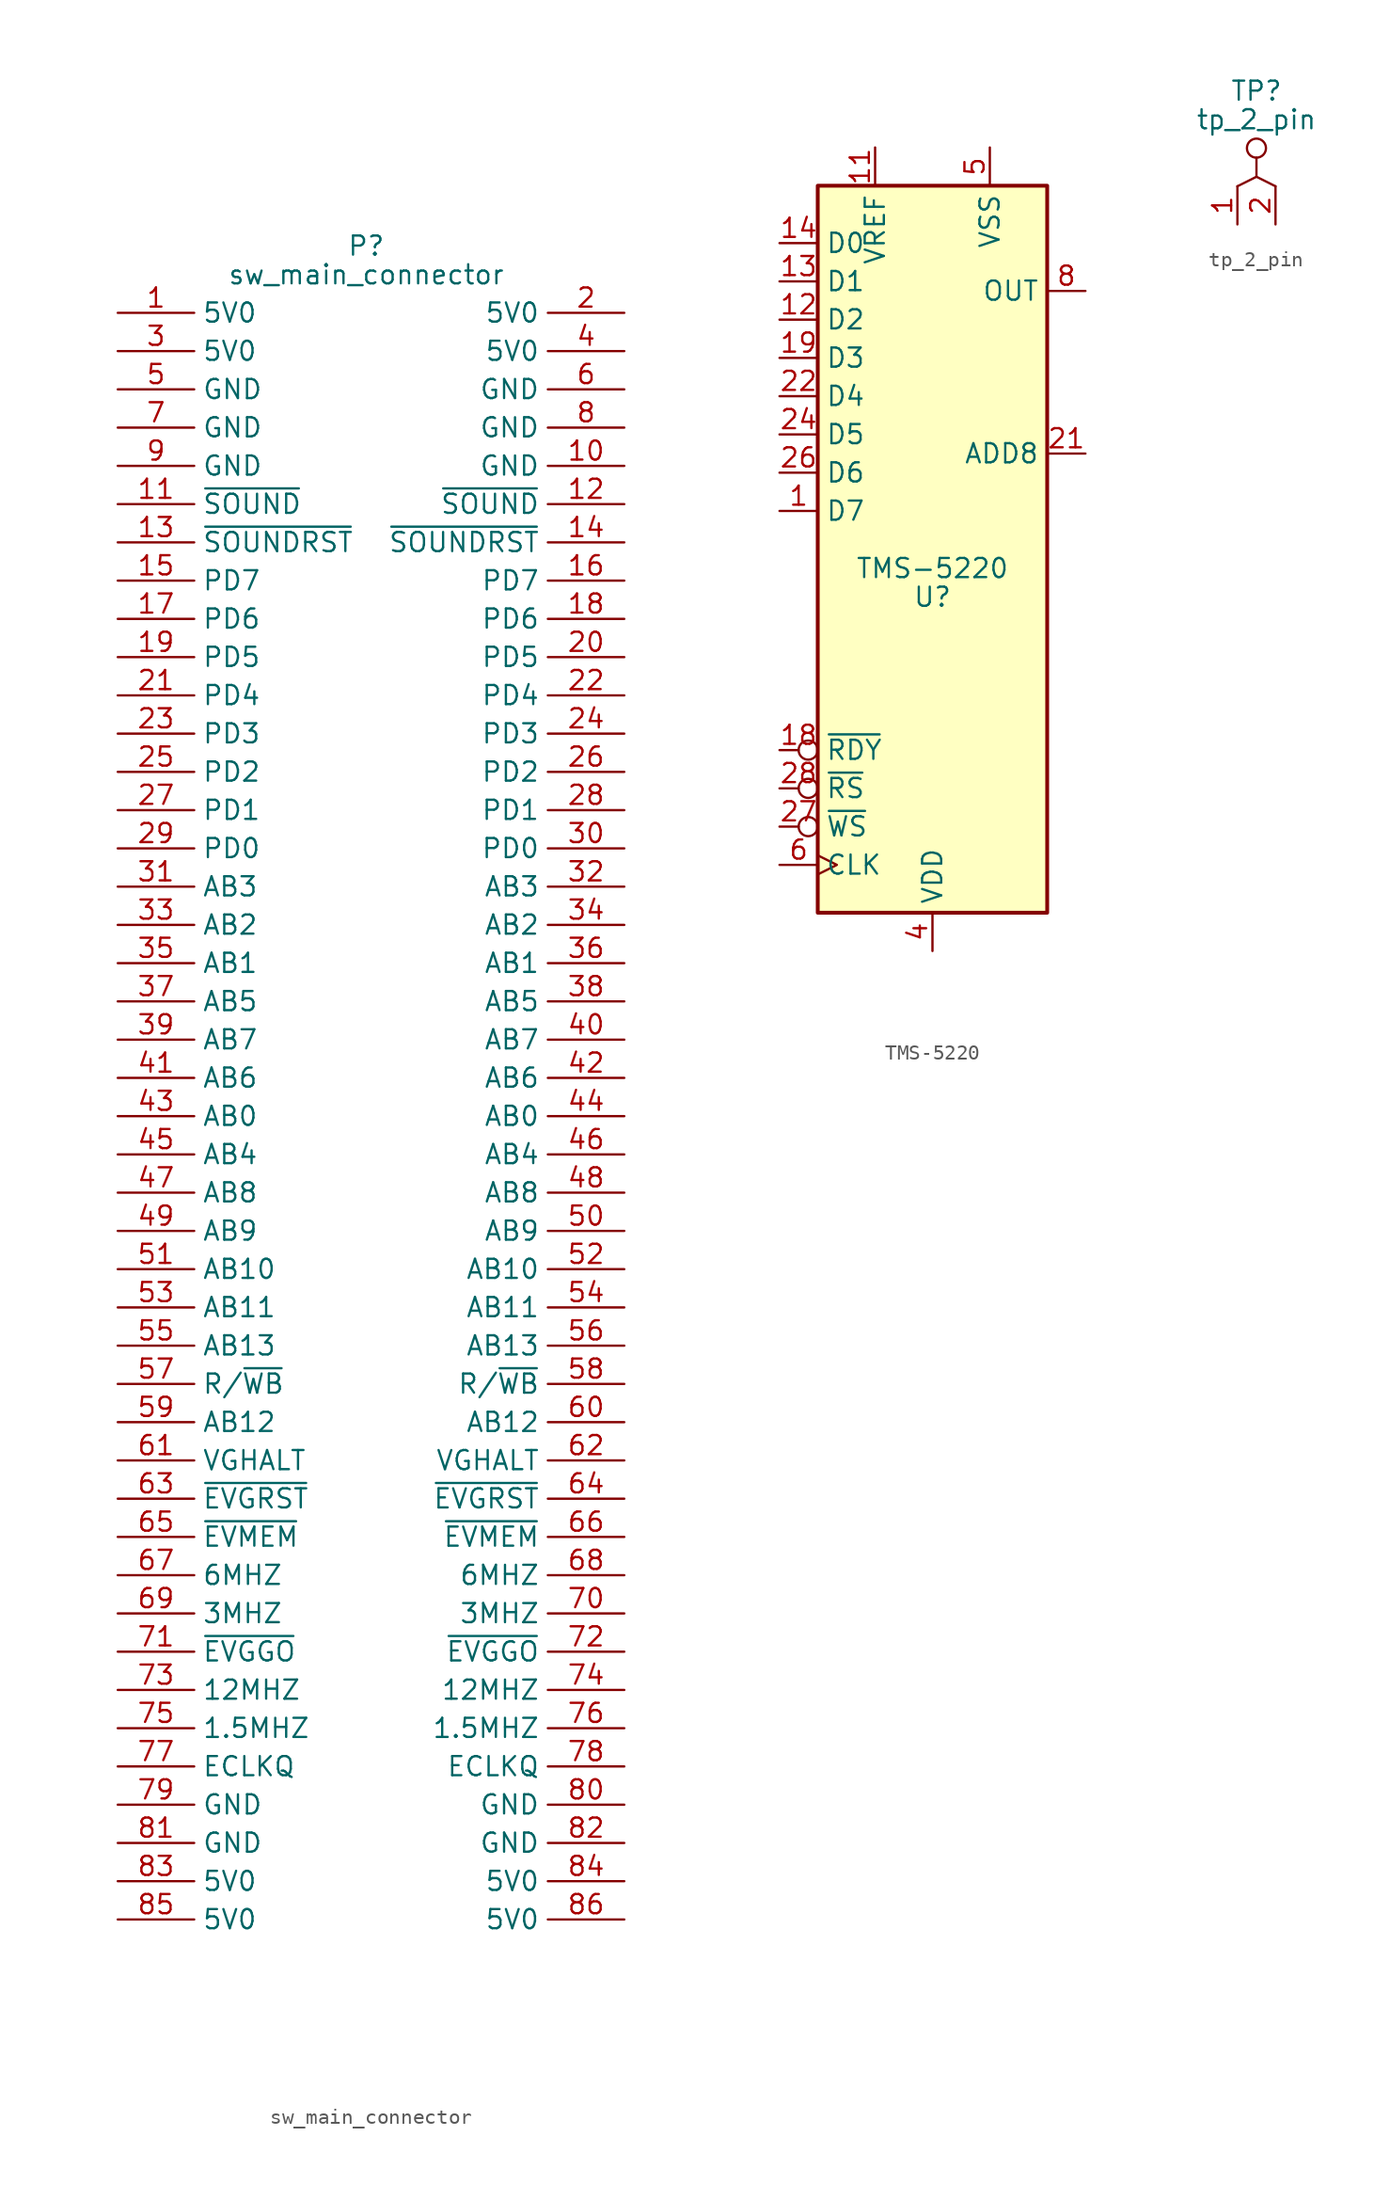
<source format=kicad_sym>
(kicad_symbol_lib
  (version 20211014)
  (generator kicad_symbol_editor)
  (symbol "sw_main_connector"
    (property "Reference" "P"
      (at 0 56.515 0)
      (effects (font (size 1.27 1.27))))
    (property "Value" "sw_main_connector"
      (at 0 54.61 0)
      (effects (font (size 1.27 1.27))))
    (symbol "sw_main_connector_1_1"
      (pin power_in line (at -16.51 52.07 0) (length 5.08) (name "5V0" (effects (font (size 1.27 1.27)))) (number "1" (effects (font (size 1.27 1.27)))))
      (pin power_in line (at 17.145 41.91 180) (length 5.08) (name "GND" (effects (font (size 1.27 1.27)))) (number "10" (effects (font (size 1.27 1.27)))))
      (pin bidirectional line (at -16.51 39.37 0) (length 5.08) (name "~{SOUND}" (effects (font (size 1.27 1.27)))) (number "11" (effects (font (size 1.27 1.27)))))
      (pin bidirectional line (at 17.145 39.37 180) (length 5.08) (name "~{SOUND}" (effects (font (size 1.27 1.27)))) (number "12" (effects (font (size 1.27 1.27)))))
      (pin bidirectional line (at -16.51 36.83 0) (length 5.08) (name "~{SOUNDRST}" (effects (font (size 1.27 1.27)))) (number "13" (effects (font (size 1.27 1.27)))))
      (pin bidirectional line (at 17.145 36.83 180) (length 5.08) (name "~{SOUNDRST}" (effects (font (size 1.27 1.27)))) (number "14" (effects (font (size 1.27 1.27)))))
      (pin bidirectional line (at -16.51 34.29 0) (length 5.08) (name "PD7" (effects (font (size 1.27 1.27)))) (number "15" (effects (font (size 1.27 1.27)))))
      (pin bidirectional line (at 17.145 34.29 180) (length 5.08) (name "PD7" (effects (font (size 1.27 1.27)))) (number "16" (effects (font (size 1.27 1.27)))))
      (pin bidirectional line (at -16.51 31.75 0) (length 5.08) (name "PD6" (effects (font (size 1.27 1.27)))) (number "17" (effects (font (size 1.27 1.27)))))
      (pin bidirectional line (at 17.145 31.75 180) (length 5.08) (name "PD6" (effects (font (size 1.27 1.27)))) (number "18" (effects (font (size 1.27 1.27)))))
      (pin bidirectional line (at -16.51 29.21 0) (length 5.08) (name "PD5" (effects (font (size 1.27 1.27)))) (number "19" (effects (font (size 1.27 1.27)))))
      (pin power_in line (at 17.145 52.07 180) (length 5.08) (name "5V0" (effects (font (size 1.27 1.27)))) (number "2" (effects (font (size 1.27 1.27)))))
      (pin bidirectional line (at 17.145 29.21 180) (length 5.08) (name "PD5" (effects (font (size 1.27 1.27)))) (number "20" (effects (font (size 1.27 1.27)))))
      (pin bidirectional line (at -16.51 26.67 0) (length 5.08) (name "PD4" (effects (font (size 1.27 1.27)))) (number "21" (effects (font (size 1.27 1.27)))))
      (pin bidirectional line (at 17.145 26.67 180) (length 5.08) (name "PD4" (effects (font (size 1.27 1.27)))) (number "22" (effects (font (size 1.27 1.27)))))
      (pin bidirectional line (at -16.51 24.13 0) (length 5.08) (name "PD3" (effects (font (size 1.27 1.27)))) (number "23" (effects (font (size 1.27 1.27)))))
      (pin bidirectional line (at 17.145 24.13 180) (length 5.08) (name "PD3" (effects (font (size 1.27 1.27)))) (number "24" (effects (font (size 1.27 1.27)))))
      (pin bidirectional line (at -16.51 21.59 0) (length 5.08) (name "PD2" (effects (font (size 1.27 1.27)))) (number "25" (effects (font (size 1.27 1.27)))))
      (pin bidirectional line (at 17.145 21.59 180) (length 5.08) (name "PD2" (effects (font (size 1.27 1.27)))) (number "26" (effects (font (size 1.27 1.27)))))
      (pin bidirectional line (at -16.51 19.05 0) (length 5.08) (name "PD1" (effects (font (size 1.27 1.27)))) (number "27" (effects (font (size 1.27 1.27)))))
      (pin bidirectional line (at 17.145 19.05 180) (length 5.08) (name "PD1" (effects (font (size 1.27 1.27)))) (number "28" (effects (font (size 1.27 1.27)))))
      (pin bidirectional line (at -16.51 16.51 0) (length 5.08) (name "PD0" (effects (font (size 1.27 1.27)))) (number "29" (effects (font (size 1.27 1.27)))))
      (pin power_in line (at -16.51 49.53 0) (length 5.08) (name "5V0" (effects (font (size 1.27 1.27)))) (number "3" (effects (font (size 1.27 1.27)))))
      (pin bidirectional line (at 17.145 16.51 180) (length 5.08) (name "PD0" (effects (font (size 1.27 1.27)))) (number "30" (effects (font (size 1.27 1.27)))))
      (pin bidirectional line (at -16.51 13.97 0) (length 5.08) (name "AB3" (effects (font (size 1.27 1.27)))) (number "31" (effects (font (size 1.27 1.27)))))
      (pin bidirectional line (at 17.145 13.97 180) (length 5.08) (name "AB3" (effects (font (size 1.27 1.27)))) (number "32" (effects (font (size 1.27 1.27)))))
      (pin bidirectional line (at -16.51 11.43 0) (length 5.08) (name "AB2" (effects (font (size 1.27 1.27)))) (number "33" (effects (font (size 1.27 1.27)))))
      (pin bidirectional line (at 17.145 11.43 180) (length 5.08) (name "AB2" (effects (font (size 1.27 1.27)))) (number "34" (effects (font (size 1.27 1.27)))))
      (pin bidirectional line (at -16.51 8.89 0) (length 5.08) (name "AB1" (effects (font (size 1.27 1.27)))) (number "35" (effects (font (size 1.27 1.27)))))
      (pin bidirectional line (at 17.145 8.89 180) (length 5.08) (name "AB1" (effects (font (size 1.27 1.27)))) (number "36" (effects (font (size 1.27 1.27)))))
      (pin bidirectional line (at -16.51 6.35 0) (length 5.08) (name "AB5" (effects (font (size 1.27 1.27)))) (number "37" (effects (font (size 1.27 1.27)))))
      (pin bidirectional line (at 17.145 6.35 180) (length 5.08) (name "AB5" (effects (font (size 1.27 1.27)))) (number "38" (effects (font (size 1.27 1.27)))))
      (pin bidirectional line (at -16.51 3.81 0) (length 5.08) (name "AB7" (effects (font (size 1.27 1.27)))) (number "39" (effects (font (size 1.27 1.27)))))
      (pin power_in line (at 17.145 49.53 180) (length 5.08) (name "5V0" (effects (font (size 1.27 1.27)))) (number "4" (effects (font (size 1.27 1.27)))))
      (pin bidirectional line (at 17.145 3.81 180) (length 5.08) (name "AB7" (effects (font (size 1.27 1.27)))) (number "40" (effects (font (size 1.27 1.27)))))
      (pin bidirectional line (at -16.51 1.27 0) (length 5.08) (name "AB6" (effects (font (size 1.27 1.27)))) (number "41" (effects (font (size 1.27 1.27)))))
      (pin bidirectional line (at 17.145 1.27 180) (length 5.08) (name "AB6" (effects (font (size 1.27 1.27)))) (number "42" (effects (font (size 1.27 1.27)))))
      (pin bidirectional line (at -16.51 -1.27 0) (length 5.08) (name "AB0" (effects (font (size 1.27 1.27)))) (number "43" (effects (font (size 1.27 1.27)))))
      (pin bidirectional line (at 17.145 -1.27 180) (length 5.08) (name "AB0" (effects (font (size 1.27 1.27)))) (number "44" (effects (font (size 1.27 1.27)))))
      (pin bidirectional line (at -16.51 -3.81 0) (length 5.08) (name "AB4" (effects (font (size 1.27 1.27)))) (number "45" (effects (font (size 1.27 1.27)))))
      (pin bidirectional line (at 17.145 -3.81 180) (length 5.08) (name "AB4" (effects (font (size 1.27 1.27)))) (number "46" (effects (font (size 1.27 1.27)))))
      (pin bidirectional line (at -16.51 -6.35 0) (length 5.08) (name "AB8" (effects (font (size 1.27 1.27)))) (number "47" (effects (font (size 1.27 1.27)))))
      (pin bidirectional line (at 17.145 -6.35 180) (length 5.08) (name "AB8" (effects (font (size 1.27 1.27)))) (number "48" (effects (font (size 1.27 1.27)))))
      (pin bidirectional line (at -16.51 -8.89 0) (length 5.08) (name "AB9" (effects (font (size 1.27 1.27)))) (number "49" (effects (font (size 1.27 1.27)))))
      (pin power_in line (at -16.51 46.99 0) (length 5.08) (name "GND" (effects (font (size 1.27 1.27)))) (number "5" (effects (font (size 1.27 1.27)))))
      (pin bidirectional line (at 17.145 -8.89 180) (length 5.08) (name "AB9" (effects (font (size 1.27 1.27)))) (number "50" (effects (font (size 1.27 1.27)))))
      (pin bidirectional line (at -16.51 -11.43 0) (length 5.08) (name "AB10" (effects (font (size 1.27 1.27)))) (number "51" (effects (font (size 1.27 1.27)))))
      (pin bidirectional line (at 17.145 -11.43 180) (length 5.08) (name "AB10" (effects (font (size 1.27 1.27)))) (number "52" (effects (font (size 1.27 1.27)))))
      (pin bidirectional line (at -16.51 -13.97 0) (length 5.08) (name "AB11" (effects (font (size 1.27 1.27)))) (number "53" (effects (font (size 1.27 1.27)))))
      (pin bidirectional line (at 17.145 -13.97 180) (length 5.08) (name "AB11" (effects (font (size 1.27 1.27)))) (number "54" (effects (font (size 1.27 1.27)))))
      (pin bidirectional line (at -16.51 -16.51 0) (length 5.08) (name "AB13" (effects (font (size 1.27 1.27)))) (number "55" (effects (font (size 1.27 1.27)))))
      (pin bidirectional line (at 17.145 -16.51 180) (length 5.08) (name "AB13" (effects (font (size 1.27 1.27)))) (number "56" (effects (font (size 1.27 1.27)))))
      (pin bidirectional line (at -16.51 -19.05 0) (length 5.08) (name "R/~{WB}" (effects (font (size 1.27 1.27)))) (number "57" (effects (font (size 1.27 1.27)))))
      (pin bidirectional line (at 17.145 -19.05 180) (length 5.08) (name "R/~{WB}" (effects (font (size 1.27 1.27)))) (number "58" (effects (font (size 1.27 1.27)))))
      (pin bidirectional line (at -16.51 -21.59 0) (length 5.08) (name "AB12" (effects (font (size 1.27 1.27)))) (number "59" (effects (font (size 1.27 1.27)))))
      (pin power_in line (at 17.145 46.99 180) (length 5.08) (name "GND" (effects (font (size 1.27 1.27)))) (number "6" (effects (font (size 1.27 1.27)))))
      (pin bidirectional line (at 17.145 -21.59 180) (length 5.08) (name "AB12" (effects (font (size 1.27 1.27)))) (number "60" (effects (font (size 1.27 1.27)))))
      (pin bidirectional line (at -16.51 -24.13 0) (length 5.08) (name "VGHALT" (effects (font (size 1.27 1.27)))) (number "61" (effects (font (size 1.27 1.27)))))
      (pin bidirectional line (at 17.145 -24.13 180) (length 5.08) (name "VGHALT" (effects (font (size 1.27 1.27)))) (number "62" (effects (font (size 1.27 1.27)))))
      (pin bidirectional line (at -16.51 -26.67 0) (length 5.08) (name "~{EVGRST}" (effects (font (size 1.27 1.27)))) (number "63" (effects (font (size 1.27 1.27)))))
      (pin bidirectional line (at 17.145 -26.67 180) (length 5.08) (name "~{EVGRST}" (effects (font (size 1.27 1.27)))) (number "64" (effects (font (size 1.27 1.27)))))
      (pin bidirectional line (at -16.51 -29.21 0) (length 5.08) (name "~{EVMEM}" (effects (font (size 1.27 1.27)))) (number "65" (effects (font (size 1.27 1.27)))))
      (pin bidirectional line (at 17.145 -29.21 180) (length 5.08) (name "~{EVMEM}" (effects (font (size 1.27 1.27)))) (number "66" (effects (font (size 1.27 1.27)))))
      (pin bidirectional line (at -16.51 -31.75 0) (length 5.08) (name "6MHZ" (effects (font (size 1.27 1.27)))) (number "67" (effects (font (size 1.27 1.27)))))
      (pin bidirectional line (at 17.145 -31.75 180) (length 5.08) (name "6MHZ" (effects (font (size 1.27 1.27)))) (number "68" (effects (font (size 1.27 1.27)))))
      (pin bidirectional line (at -16.51 -34.29 0) (length 5.08) (name "3MHZ" (effects (font (size 1.27 1.27)))) (number "69" (effects (font (size 1.27 1.27)))))
      (pin power_in line (at -16.51 44.45 0) (length 5.08) (name "GND" (effects (font (size 1.27 1.27)))) (number "7" (effects (font (size 1.27 1.27)))))
      (pin bidirectional line (at 17.145 -34.29 180) (length 5.08) (name "3MHZ" (effects (font (size 1.27 1.27)))) (number "70" (effects (font (size 1.27 1.27)))))
      (pin bidirectional line (at -16.51 -36.83 0) (length 5.08) (name "~{EVGGO}" (effects (font (size 1.27 1.27)))) (number "71" (effects (font (size 1.27 1.27)))))
      (pin bidirectional line (at 17.145 -36.83 180) (length 5.08) (name "~{EVGGO}" (effects (font (size 1.27 1.27)))) (number "72" (effects (font (size 1.27 1.27)))))
      (pin bidirectional line (at -16.51 -39.37 0) (length 5.08) (name "12MHZ" (effects (font (size 1.27 1.27)))) (number "73" (effects (font (size 1.27 1.27)))))
      (pin bidirectional line (at 17.145 -39.37 180) (length 5.08) (name "12MHZ" (effects (font (size 1.27 1.27)))) (number "74" (effects (font (size 1.27 1.27)))))
      (pin bidirectional line (at -16.51 -41.91 0) (length 5.08) (name "1.5MHZ" (effects (font (size 1.27 1.27)))) (number "75" (effects (font (size 1.27 1.27)))))
      (pin bidirectional line (at 17.145 -41.91 180) (length 5.08) (name "1.5MHZ" (effects (font (size 1.27 1.27)))) (number "76" (effects (font (size 1.27 1.27)))))
      (pin bidirectional line (at -16.51 -44.45 0) (length 5.08) (name "ECLKQ" (effects (font (size 1.27 1.27)))) (number "77" (effects (font (size 1.27 1.27)))))
      (pin bidirectional line (at 17.145 -44.45 180) (length 5.08) (name "ECLKQ" (effects (font (size 1.27 1.27)))) (number "78" (effects (font (size 1.27 1.27)))))
      (pin power_in line (at -16.51 -46.99 0) (length 5.08) (name "GND" (effects (font (size 1.27 1.27)))) (number "79" (effects (font (size 1.27 1.27)))))
      (pin power_in line (at 17.145 44.45 180) (length 5.08) (name "GND" (effects (font (size 1.27 1.27)))) (number "8" (effects (font (size 1.27 1.27)))))
      (pin power_in line (at 17.145 -46.99 180) (length 5.08) (name "GND" (effects (font (size 1.27 1.27)))) (number "80" (effects (font (size 1.27 1.27)))))
      (pin power_in line (at -16.51 -49.53 0) (length 5.08) (name "GND" (effects (font (size 1.27 1.27)))) (number "81" (effects (font (size 1.27 1.27)))))
      (pin power_in line (at 17.145 -49.53 180) (length 5.08) (name "GND" (effects (font (size 1.27 1.27)))) (number "82" (effects (font (size 1.27 1.27)))))
      (pin power_in line (at -16.51 -52.07 0) (length 5.08) (name "5V0" (effects (font (size 1.27 1.27)))) (number "83" (effects (font (size 1.27 1.27)))))
      (pin power_in line (at 17.145 -52.07 180) (length 5.08) (name "5V0" (effects (font (size 1.27 1.27)))) (number "84" (effects (font (size 1.27 1.27)))))
      (pin power_in line (at -16.51 -54.61 0) (length 5.08) (name "5V0" (effects (font (size 1.27 1.27)))) (number "85" (effects (font (size 1.27 1.27)))))
      (pin power_in line (at 17.145 -54.61 180) (length 5.08) (name "5V0" (effects (font (size 1.27 1.27)))) (number "86" (effects (font (size 1.27 1.27)))))
      (pin power_in line (at -16.51 41.91 0) (length 5.08) (name "GND" (effects (font (size 1.27 1.27)))) (number "9" (effects (font (size 1.27 1.27)))))))
  (symbol "TMS-5220"
    (property "Reference" "U"
      (at 0 -4.445 0)
      (effects (font (size 1.27 1.27))))
    (property "Value" "TMS-5220"
      (at 0 -2.54 0)
      (effects (font (size 1.27 1.27))))
    (symbol "TMS-5220_1_1"
      (rectangle (start -7.62 22.86) (end 7.62 -25.4) (stroke (width 0.254) (type default) (color 0 0 0 0)) (fill (type background)))
      (pin input line (at -10.16 1.27 0) (length 2.54) (name "D7" (effects (font (size 1.27 1.27)))) (number "1" (effects (font (size 1.27 1.27)))))
      (pin no_connect line (at 10.16 -7.62 180) (length 2.54) hide (name "PROM_OUT" (effects (font (size 1.27 1.27)))) (number "10" (effects (font (size 1.27 1.27)))))
      (pin power_in line (at -3.81 25.4 270) (length 2.54) (name "VREF" (effects (font (size 1.27 1.27)))) (number "11" (effects (font (size 1.27 1.27)))))
      (pin input line (at -10.16 13.97 0) (length 2.54) (name "D2" (effects (font (size 1.27 1.27)))) (number "12" (effects (font (size 1.27 1.27)))))
      (pin input line (at -10.16 16.51 0) (length 2.54) (name "D1" (effects (font (size 1.27 1.27)))) (number "13" (effects (font (size 1.27 1.27)))))
      (pin input line (at -10.16 19.05 0) (length 2.54) (name "D0" (effects (font (size 1.27 1.27)))) (number "14" (effects (font (size 1.27 1.27)))))
      (pin no_connect line (at 10.16 -10.16 180) (length 2.54) hide (name "M0" (effects (font (size 1.27 1.27)))) (number "15" (effects (font (size 1.27 1.27)))))
      (pin no_connect line (at 10.16 -12.7 180) (length 2.54) hide (name "M1" (effects (font (size 1.27 1.27)))) (number "16" (effects (font (size 1.27 1.27)))))
      (pin no_connect line (at 10.16 -15.24 180) (length 2.54) hide (name "~{INT}" (effects (font (size 1.27 1.27)))) (number "17" (effects (font (size 1.27 1.27)))))
      (pin input inverted (at -10.16 -14.605 0) (length 2.54) (name "~{RDY}" (effects (font (size 1.27 1.27)))) (number "18" (effects (font (size 1.27 1.27)))))
      (pin input line (at -10.16 11.43 0) (length 2.54) (name "D3" (effects (font (size 1.27 1.27)))) (number "19" (effects (font (size 1.27 1.27)))))
      (pin no_connect line (at 10.16 2.54 180) (length 2.54) hide (name "ADD1" (effects (font (size 1.27 1.27)))) (number "2" (effects (font (size 1.27 1.27)))))
      (pin no_connect line (at 10.16 -17.78 180) (length 2.54) hide (name "TEST" (effects (font (size 1.27 1.27)))) (number "20" (effects (font (size 1.27 1.27)))))
      (pin output line (at 10.16 5.08 180) (length 2.54) (name "ADD8" (effects (font (size 1.27 1.27)))) (number "21" (effects (font (size 1.27 1.27)))))
      (pin input line (at -10.16 8.89 0) (length 2.54) (name "D4" (effects (font (size 1.27 1.27)))) (number "22" (effects (font (size 1.27 1.27)))))
      (pin no_connect line (at 10.16 -20.32 180) (length 2.54) hide (name "ADD4" (effects (font (size 1.27 1.27)))) (number "23" (effects (font (size 1.27 1.27)))))
      (pin input line (at -10.16 6.35 0) (length 2.54) (name "D5" (effects (font (size 1.27 1.27)))) (number "24" (effects (font (size 1.27 1.27)))))
      (pin no_connect line (at 10.16 -22.86 180) (length 2.54) hide (name "ADD2" (effects (font (size 1.27 1.27)))) (number "25" (effects (font (size 1.27 1.27)))))
      (pin input line (at -10.16 3.81 0) (length 2.54) (name "D6" (effects (font (size 1.27 1.27)))) (number "26" (effects (font (size 1.27 1.27)))))
      (pin input inverted (at -10.16 -19.685 0) (length 2.54) (name "~{WS}" (effects (font (size 1.27 1.27)))) (number "27" (effects (font (size 1.27 1.27)))))
      (pin input inverted (at -10.16 -17.145 0) (length 2.54) (name "~{RS}" (effects (font (size 1.27 1.27)))) (number "28" (effects (font (size 1.27 1.27)))))
      (pin no_connect line (at 10.16 0 180) (length 2.54) hide (name "ROMCLK" (effects (font (size 1.27 1.27)))) (number "3" (effects (font (size 1.27 1.27)))))
      (pin power_in line (at 0 -27.94 90) (length 2.54) (name "VDD" (effects (font (size 1.27 1.27)))) (number "4" (effects (font (size 1.27 1.27)))))
      (pin power_in line (at 3.81 25.4 270) (length 2.54) (name "VSS" (effects (font (size 1.27 1.27)))) (number "5" (effects (font (size 1.27 1.27)))))
      (pin passive clock (at -10.16 -22.225 0) (length 2.54) (name "CLK" (effects (font (size 1.27 1.27)))) (number "6" (effects (font (size 1.27 1.27)))))
      (pin no_connect line (at 10.16 -2.54 180) (length 2.54) hide (name "T11" (effects (font (size 1.27 1.27)))) (number "7" (effects (font (size 1.27 1.27)))))
      (pin output line (at 10.16 15.875 180) (length 2.54) (name "OUT" (effects (font (size 1.27 1.27)))) (number "8" (effects (font (size 1.27 1.27)))))
      (pin no_connect line (at 10.16 -5.08 180) (length 2.54) hide (name "I/O" (effects (font (size 1.27 1.27)))) (number "9" (effects (font (size 1.27 1.27)))))))
  (symbol "tp_2_pin"
    (property "Reference" "TP"
      (at 0 7.62 0)
      (effects (font (size 1.27 1.27))))
    (property "Value" "tp_2_pin"
      (at 0 5.715 0)
      (effects (font (size 1.27 1.27))))
    (symbol "tp_2_pin_0_1"
      (polyline (pts (xy 0 1.905) (xy -1.27 1.27)) (stroke (width 0.152) (type default) (color 0 0 0 0)) (fill (type none)))
      (polyline (pts (xy 0 3.175) (xy 0 1.905) (xy 1.27 1.27)) (stroke (width 0.152) (type default) (color 0 0 0 0)) (fill (type none)))
      (circle (center 0 3.81) (radius 0.635) (stroke (width 0) (type default) (color 0 0 0 0)) (fill (type none))))
    (symbol "tp_2_pin_1_1"
      (pin passive line (at -1.27 -1.27 90) (length 2.54) (name "" (effects (font (size 1.27 1.27)))) (number "1" (effects (font (size 1.27 1.27)))))
      (pin passive line (at 1.27 -1.27 90) (length 2.54) (name "" (effects (font (size 1.27 1.27)))) (number "2" (effects (font (size 1.27 1.27))))))))
</source>
